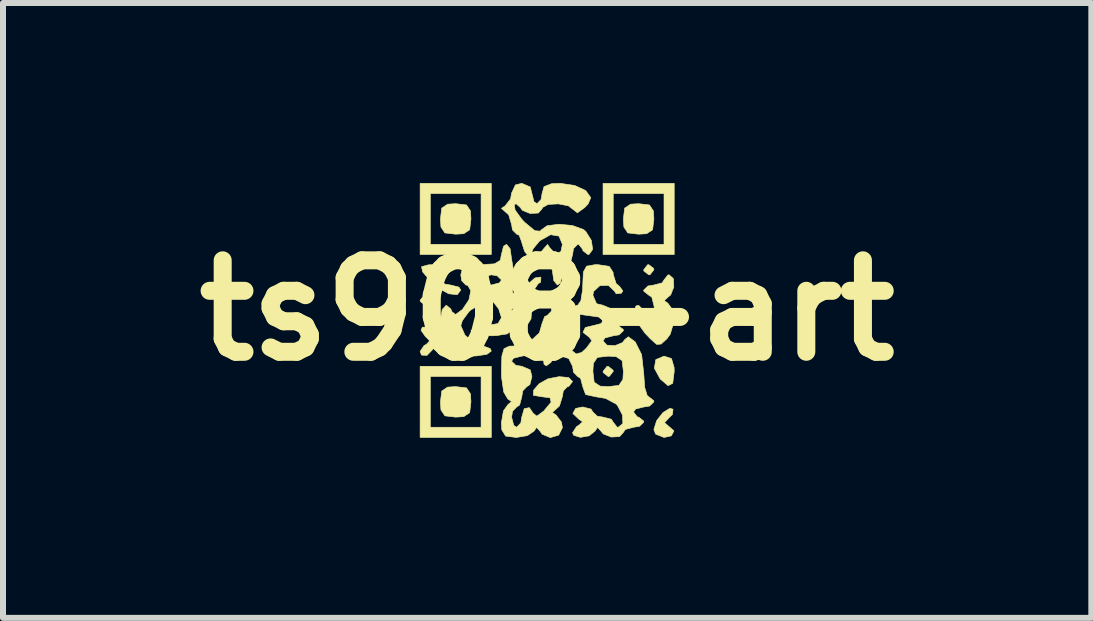
<source format=kicad_pcb>
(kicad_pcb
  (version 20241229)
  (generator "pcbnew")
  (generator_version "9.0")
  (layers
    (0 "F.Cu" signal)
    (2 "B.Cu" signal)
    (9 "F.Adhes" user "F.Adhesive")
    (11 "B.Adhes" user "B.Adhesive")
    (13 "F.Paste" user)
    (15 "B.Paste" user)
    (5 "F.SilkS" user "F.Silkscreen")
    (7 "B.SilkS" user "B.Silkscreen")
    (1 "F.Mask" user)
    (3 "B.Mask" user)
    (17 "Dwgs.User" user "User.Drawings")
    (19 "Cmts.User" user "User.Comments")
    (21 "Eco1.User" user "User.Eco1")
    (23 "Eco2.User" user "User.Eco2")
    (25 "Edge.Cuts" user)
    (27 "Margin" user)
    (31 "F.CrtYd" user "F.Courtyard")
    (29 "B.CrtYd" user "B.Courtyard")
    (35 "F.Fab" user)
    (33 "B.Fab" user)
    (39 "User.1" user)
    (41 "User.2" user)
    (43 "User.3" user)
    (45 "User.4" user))
  (footprint "ts908-art"
    (layer "F.Cu")
    (at 6.067 2.122)
    (property "Reference" "ts908-art" (at 0 0 0) (layer "F.SilkS") (effects (font (size 1.524 1.524) (thickness 0.3))))
    (attr through_hole)
    (fp_poly (pts (xy -1.95 -0.19) (xy -1.947 -0.169) (xy -2.012 -0.087) (xy -2.032 -0.085) (xy -2.114 -0.149) (xy -2.117 -0.169) (xy -2.052 -0.252) (xy -2.032 -0.254) (xy -1.95 -0.19)) (stroke (width 0.01) (type solid)) (fill yes) (layer "F.SilkS"))
    (fp_poly (pts (xy 1.098 0.996) (xy 1.101 1.016) (xy 1.036 1.098) (xy 1.016 1.101) (xy 0.934 1.036) (xy 0.931 1.016) (xy 0.996 0.934) (xy 1.016 0.931) (xy 1.098 0.996)) (stroke (width 0.01) (type solid)) (fill yes) (layer "F.SilkS"))
    (fp_poly (pts (xy 1.776 -0.698) (xy 1.778 -0.677) (xy 1.714 -0.595) (xy 1.693 -0.593) (xy 1.611 -0.657) (xy 1.609 -0.677) (xy 1.673 -0.76) (xy 1.693 -0.762) (xy 1.776 -0.698)) (stroke (width 0.01) (type solid)) (fill yes) (layer "F.SilkS"))
    (fp_poly (pts (xy 2.071 0.802) (xy 2.115 0.95) (xy 2.117 1.016) (xy 2.092 1.215) (xy 2.015 1.254) (xy 1.884 1.143) (xy 1.786 0.963) (xy 1.81 0.82) (xy 1.947 0.762) (xy 2.071 0.802)) (stroke (width 0.01) (type solid)) (fill yes) (layer "F.SilkS"))
    (fp_poly (pts (xy -0.931 -0.931) (xy -2.117 -0.931) (xy -2.117 -1.947) (xy -1.947 -1.947) (xy -1.947 -1.101) (xy -1.101 -1.101) (xy -1.101 -1.947) (xy -1.947 -1.947) (xy -2.117 -1.947) (xy -2.117 -2.117) (xy -0.931 -2.117) (xy -0.931 -0.931)) (stroke (width 0.01) (type solid)) (fill yes) (layer "F.SilkS"))
    (fp_poly (pts (xy -0.931 2.117) (xy -2.117 2.117) (xy -2.117 1.101) (xy -1.947 1.101) (xy -1.947 1.947) (xy -1.101 1.947) (xy -1.101 1.101) (xy -1.947 1.101) (xy -2.117 1.101) (xy -2.117 0.931) (xy -0.931 0.931) (xy -0.931 2.117)) (stroke (width 0.01) (type solid)) (fill yes) (layer "F.SilkS"))
    (fp_poly (pts (xy 2.117 -0.931) (xy 0.931 -0.931) (xy 0.931 -1.947) (xy 1.101 -1.947) (xy 1.101 -1.101) (xy 1.947 -1.101) (xy 1.947 -1.947) (xy 1.101 -1.947) (xy 0.931 -1.947) (xy 0.931 -2.117) (xy 2.117 -2.117) (xy 2.117 -0.931)) (stroke (width 0.01) (type solid)) (fill yes) (layer "F.SilkS"))
    (fp_poly (pts (xy -1.344 -1.757) (xy -1.278 -1.658) (xy -1.27 -1.524) (xy -1.291 -1.344) (xy -1.39 -1.278) (xy -1.524 -1.27) (xy -1.704 -1.291) (xy -1.77 -1.39) (xy -1.778 -1.524) (xy -1.757 -1.704) (xy -1.658 -1.77) (xy -1.524 -1.778) (xy -1.344 -1.757)) (stroke (width 0.01) (type solid)) (fill yes) (layer "F.SilkS"))
    (fp_poly (pts (xy -1.344 1.291) (xy -1.278 1.39) (xy -1.27 1.524) (xy -1.291 1.704) (xy -1.39 1.77) (xy -1.524 1.778) (xy -1.704 1.757) (xy -1.77 1.658) (xy -1.778 1.524) (xy -1.757 1.344) (xy -1.658 1.278) (xy -1.524 1.27) (xy -1.344 1.291)) (stroke (width 0.01) (type solid)) (fill yes) (layer "F.SilkS"))
    (fp_poly (pts (xy 1.704 -1.757) (xy 1.77 -1.658) (xy 1.778 -1.524) (xy 1.757 -1.344) (xy 1.658 -1.278) (xy 1.524 -1.27) (xy 1.344 -1.291) (xy 1.278 -1.39) (xy 1.27 -1.524) (xy 1.291 -1.704) (xy 1.39 -1.77) (xy 1.524 -1.778) (xy 1.704 -1.757)) (stroke (width 0.01) (type solid)) (fill yes) (layer "F.SilkS"))
    (fp_poly (pts (xy 2.097 1.646) (xy 2.088 1.733) (xy 2.03 1.789) (xy 1.955 1.871) (xy 2.011 1.919) (xy 2.112 2.007) (xy 2.069 2.09) (xy 1.947 2.117) (xy 1.807 2.061) (xy 1.778 1.984) (xy 1.824 1.837) (xy 1.93 1.702) (xy 2.044 1.632) (xy 2.097 1.646)) (stroke (width 0.01) (type solid)) (fill yes) (layer "F.SilkS"))
    (fp_poly (pts (xy -1.684 -0.737) (xy -1.609 -0.678) (xy -1.609 -0.677) (xy -1.673 -0.595) (xy -1.693 -0.593) (xy -1.776 -0.528) (xy -1.778 -0.508) (xy -1.707 -0.439) (xy -1.609 -0.423) (xy -1.471 -0.388) (xy -1.439 -0.339) (xy -1.498 -0.262) (xy -1.64 -0.277) (xy -1.816 -0.371) (xy -1.926 -0.468) (xy -2.075 -0.642) (xy -2.093 -0.729) (xy -1.975 -0.76) (xy -1.863 -0.762) (xy -1.684 -0.737)) (stroke (width 0.01) (type solid)) (fill yes) (layer "F.SilkS"))
    (fp_poly (pts (xy 2.103 -0.529) (xy 2.11 -0.39) (xy 2.058 -0.258) (xy 2.011 -0.219) (xy 1.949 -0.163) (xy 2.011 -0.12) (xy 2.097 0.001) (xy 2.109 0.198) (xy 2.051 0.396) (xy 1.996 0.472) (xy 1.898 0.561) (xy 1.824 0.566) (xy 1.717 0.471) (xy 1.63 0.379) (xy 1.494 0.19) (xy 1.441 0.024) (xy 1.48 -0.074) (xy 1.524 -0.085) (xy 1.593 -0.014) (xy 1.609 0.085) (xy 1.669 0.226) (xy 1.778 0.254) (xy 1.916 0.219) (xy 1.947 0.169) (xy 1.883 0.087) (xy 1.863 0.085) (xy 1.794 0.014) (xy 1.778 -0.085) (xy 1.743 -0.222) (xy 1.693 -0.254) (xy 1.611 -0.318) (xy 1.609 -0.339) (xy 1.68 -0.407) (xy 1.778 -0.423) (xy 1.916 -0.459) (xy 1.947 -0.508) (xy 2.012 -0.59) (xy 2.032 -0.593) (xy 2.103 -0.529)) (stroke (width 0.01) (type solid)) (fill yes) (layer "F.SilkS"))
    (fp_poly (pts (xy 0.458 -2.082) (xy 0.637 -1.999) (xy 0.647 -1.99) (xy 0.727 -1.878) (xy 0.682 -1.774) (xy 0.627 -1.715) (xy 0.504 -1.626) (xy 0.444 -1.673) (xy 0.353 -1.743) (xy 0.186 -1.775) (xy 0.017 -1.766) (xy -0.08 -1.713) (xy -0.085 -1.693) (xy -0.148 -1.622) (xy -0.285 -1.615) (xy -0.412 -1.667) (xy -0.447 -1.714) (xy -0.517 -1.777) (xy -0.548 -1.762) (xy -0.534 -1.672) (xy -0.424 -1.52) (xy -0.375 -1.468) (xy -0.206 -1.328) (xy -0.113 -1.32) (xy -0.105 -1.336) (xy -0.002 -1.41) (xy 0.195 -1.436) (xy 0.419 -1.415) (xy 0.602 -1.349) (xy 0.641 -1.318) (xy 0.736 -1.167) (xy 0.758 -1.017) (xy 0.699 -0.934) (xy 0.677 -0.931) (xy 0.595 -0.996) (xy 0.593 -1.016) (xy 0.528 -1.098) (xy 0.508 -1.101) (xy 0.439 -1.03) (xy 0.423 -0.931) (xy 0.388 -0.794) (xy 0.339 -0.762) (xy 0.27 -0.691) (xy 0.254 -0.593) (xy 0.219 -0.455) (xy 0.169 -0.423) (xy 0.11 -0.497) (xy 0.085 -0.674) (xy 0.085 -0.677) (xy 0.055 -0.861) (xy -0.013 -0.934) (xy -0.088 -0.87) (xy -0.106 -0.826) (xy -0.174 -0.789) (xy -0.279 -0.857) (xy -0.373 -0.98) (xy -0.254 -0.98) (xy -0.203 -0.93) (xy -0.105 -0.969) (xy -0.049 -1.037) (xy 0.006 -1.099) (xy 0.049 -1.037) (xy 0.145 -0.936) (xy 0.23 -0.983) (xy 0.254 -1.101) (xy 0.197 -1.238) (xy 0.057 -1.262) (xy -0.115 -1.166) (xy -0.133 -1.149) (xy -0.233 -1.028) (xy -0.254 -0.98) (xy -0.373 -0.98) (xy -0.377 -0.985) (xy -0.423 -1.13) (xy -0.423 -1.137) (xy -0.467 -1.253) (xy -0.508 -1.27) (xy -0.578 -1.341) (xy -0.593 -1.432) (xy -0.641 -1.592) (xy -0.699 -1.644) (xy -0.761 -1.7) (xy -0.699 -1.743) (xy -0.609 -1.859) (xy -0.593 -1.954) (xy -0.529 -2.091) (xy -0.423 -2.117) (xy -0.282 -2.057) (xy -0.254 -1.947) (xy -0.219 -1.81) (xy -0.169 -1.778) (xy -0.101 -1.849) (xy -0.085 -1.947) (xy -0.052 -2.063) (xy 0.075 -2.111) (xy 0.218 -2.117) (xy 0.458 -2.082)) (stroke (width 0.01) (type solid)) (fill yes) (layer "F.SilkS"))
    (fp_poly (pts (xy -0.617 -1.027) (xy -0.593 -0.854) (xy -0.56 -0.663) (xy -0.487 -0.564) (xy -0.432 -0.506) (xy -0.506 -0.434) (xy -0.582 -0.335) (xy -0.57 -0.287) (xy -0.48 -0.301) (xy -0.345 -0.416) (xy -0.339 -0.423) (xy -0.203 -0.541) (xy -0.108 -0.555) (xy -0.105 -0.552) (xy -0.108 -0.47) (xy -0.148 -0.447) (xy -0.218 -0.344) (xy -0.253 -0.132) (xy -0.254 -0.078) (xy -0.269 0.141) (xy -0.329 0.237) (xy -0.423 0.254) (xy -0.561 0.289) (xy -0.593 0.339) (xy -0.668 0.392) (xy -0.855 0.421) (xy -0.931 0.423) (xy -1.143 0.405) (xy -1.261 0.358) (xy -1.27 0.339) (xy -1.196 0.279) (xy -1.019 0.254) (xy -1.016 0.254) (xy -0.818 0.219) (xy -0.762 0.121) (xy -0.8 0) (xy -0.593 0) (xy -0.528 0.082) (xy -0.508 0.085) (xy -0.426 0.02) (xy -0.423 0) (xy -0.488 -0.082) (xy -0.508 -0.085) (xy -0.59 -0.02) (xy -0.593 0) (xy -0.8 0) (xy -0.808 -0.026) (xy -0.914 -0.161) (xy -1.028 -0.23) (xy -1.081 -0.217) (xy -1.072 -0.133) (xy -1.016 -0.085) (xy -0.943 0.01) (xy -0.96 0.056) (xy -1.051 0.056) (xy -1.098 0.005) (xy -1.174 -0.065) (xy -1.277 -0.004) (xy -1.305 0.023) (xy -1.413 0.17) (xy -1.439 0.254) (xy -1.37 0.412) (xy -1.212 0.547) (xy -1.064 0.593) (xy -0.948 0.637) (xy -0.931 0.677) (xy -1.005 0.732) (xy -1.186 0.759) (xy -1.416 0.759) (xy -1.635 0.734) (xy -1.785 0.685) (xy -1.813 0.656) (xy -1.869 0.594) (xy -1.912 0.656) (xy -2.002 0.749) (xy -2.093 0.745) (xy -2.117 0.684) (xy -2.051 0.586) (xy -2.011 0.564) (xy -1.956 0.506) (xy -2.03 0.434) (xy -2.101 0.332) (xy -2.081 0.28) (xy -1.995 0.278) (xy -1.971 0.318) (xy -1.896 0.422) (xy -1.822 0.383) (xy -1.78 0.224) (xy -1.778 0.169) (xy -1.749 -0.015) (xy -1.681 -0.087) (xy -1.606 -0.024) (xy -1.588 0.02) (xy -1.527 0.069) (xy -1.411 -0.016) (xy -1.304 -0.175) (xy -1.272 -0.329) (xy -1.324 -0.418) (xy -1.355 -0.423) (xy -1.423 -0.494) (xy -1.426 -0.508) (xy -1.101 -0.508) (xy -1.03 -0.439) (xy -0.931 -0.423) (xy -0.794 -0.459) (xy -0.762 -0.508) (xy -0.833 -0.577) (xy -0.931 -0.593) (xy -1.069 -0.557) (xy -1.101 -0.508) (xy -1.426 -0.508) (xy -1.439 -0.593) (xy -1.411 -0.703) (xy -1.296 -0.752) (xy -1.101 -0.762) (xy -0.879 -0.776) (xy -0.781 -0.834) (xy -0.762 -0.931) (xy -0.727 -1.069) (xy -0.677 -1.101) (xy -0.617 -1.027)) (stroke (width 0.01) (type solid)) (fill yes) (layer "F.SilkS"))
    (fp_poly (pts (xy 1.034 -0.734) (xy 1.099 -0.634) (xy 1.101 -0.6) (xy 1.149 -0.447) (xy 1.206 -0.4) (xy 1.261 -0.325) (xy 1.237 -0.287) (xy 1.15 -0.276) (xy 1.124 -0.318) (xy 1.021 -0.417) (xy 0.878 -0.412) (xy 0.774 -0.317) (xy 0.762 -0.254) (xy 0.822 -0.112) (xy 0.931 -0.085) (xy 1.073 -0.025) (xy 1.101 0.085) (xy 1.136 0.222) (xy 1.185 0.254) (xy 1.268 0.318) (xy 1.27 0.339) (xy 1.199 0.407) (xy 1.101 0.423) (xy 0.963 0.459) (xy 0.931 0.508) (xy 0.995 0.579) (xy 1.131 0.587) (xy 1.257 0.535) (xy 1.291 0.488) (xy 1.352 0.439) (xy 1.467 0.524) (xy 1.574 0.737) (xy 1.609 1.052) (xy 1.625 1.282) (xy 1.667 1.42) (xy 1.693 1.439) (xy 1.776 1.504) (xy 1.778 1.524) (xy 1.707 1.593) (xy 1.609 1.609) (xy 1.471 1.644) (xy 1.439 1.693) (xy 1.504 1.776) (xy 1.524 1.778) (xy 1.606 1.842) (xy 1.609 1.863) (xy 1.538 1.931) (xy 1.439 1.947) (xy 1.302 1.983) (xy 1.27 2.032) (xy 1.206 2.103) (xy 1.068 2.11) (xy 0.935 2.058) (xy 0.896 2.011) (xy 0.84 1.949) (xy 0.797 2.011) (xy 0.699 2.09) (xy 0.553 2.115) (xy 0.442 2.081) (xy 0.423 2.039) (xy 0.489 1.937) (xy 0.529 1.912) (xy 0.591 1.856) (xy 0.529 1.813) (xy 0.428 1.717) (xy 0.475 1.633) (xy 0.593 1.609) (xy 0.73 1.644) (xy 0.762 1.693) (xy 0.833 1.762) (xy 0.931 1.778) (xy 1.069 1.813) (xy 1.101 1.863) (xy 1.165 1.945) (xy 1.185 1.947) (xy 1.261 1.886) (xy 1.255 1.744) (xy 1.174 1.588) (xy 1.149 1.56) (xy 0.973 1.466) (xy 0.81 1.439) (xy 0.641 1.402) (xy 0.593 1.271) (xy 0.593 1.27) (xy 0.557 1.132) (xy 0.508 1.101) (xy 0.439 1.03) (xy 0.437 1.016) (xy 0.762 1.016) (xy 0.783 1.196) (xy 0.882 1.262) (xy 1.016 1.27) (xy 1.196 1.249) (xy 1.262 1.15) (xy 1.27 1.016) (xy 1.249 0.836) (xy 1.15 0.77) (xy 1.016 0.762) (xy 0.836 0.783) (xy 0.77 0.882) (xy 0.762 1.016) (xy 0.437 1.016) (xy 0.423 0.931) (xy 0.36 0.802) (xy 0.223 0.758) (xy 0.094 0.813) (xy 0.061 0.868) (xy -0.013 0.923) (xy -0.052 0.899) (xy -0.063 0.811) (xy -0.021 0.786) (xy 0.08 0.703) (xy 0.04 0.621) (xy -0.085 0.593) (xy -0.222 0.628) (xy -0.254 0.677) (xy -0.325 0.746) (xy -0.423 0.762) (xy -0.561 0.797) (xy -0.593 0.847) (xy -0.522 0.915) (xy -0.423 0.931) (xy -0.282 0.991) (xy -0.254 1.101) (xy -0.289 1.238) (xy -0.339 1.27) (xy -0.407 1.341) (xy -0.423 1.439) (xy -0.459 1.577) (xy -0.508 1.609) (xy -0.577 1.68) (xy -0.593 1.778) (xy -0.557 1.916) (xy -0.508 1.947) (xy -0.439 1.876) (xy -0.423 1.778) (xy -0.382 1.637) (xy -0.297 1.62) (xy -0.233 1.714) (xy -0.172 1.762) (xy -0.057 1.677) (xy 0.066 1.529) (xy 0.048 1.456) (xy -0.085 1.439) (xy -0.23 1.415) (xy -0.226 1.329) (xy -0.133 1.222) (xy 0.013 1.14) (xy 0.199 1.104) (xy 0.358 1.118) (xy 0.423 1.185) (xy 0.359 1.268) (xy 0.339 1.27) (xy 0.269 1.341) (xy 0.254 1.432) (xy 0.205 1.592) (xy 0.148 1.644) (xy 0.086 1.7) (xy 0.148 1.743) (xy 0.237 1.859) (xy 0.254 1.954) (xy 0.191 2.079) (xy 0.052 2.119) (xy -0.084 2.062) (xy -0.12 2.011) (xy -0.176 1.949) (xy -0.219 2.011) (xy -0.331 2.087) (xy -0.515 2.117) (xy -0.692 2.094) (xy -0.756 1.99) (xy -0.762 1.87) (xy -0.729 1.676) (xy -0.656 1.573) (xy -0.594 1.518) (xy -0.656 1.475) (xy -0.724 1.36) (xy -0.759 1.119) (xy -0.762 1.009) (xy -0.755 0.761) (xy -0.719 0.638) (xy -0.631 0.596) (xy -0.544 0.593) (xy -0.299 0.531) (xy -0.13 0.375) (xy -0.085 0.218) (xy -0.041 0.101) (xy 0 0.085) (xy 0.069 0.014) (xy 0.085 -0.085) (xy 0.12 -0.222) (xy 0.169 -0.254) (xy 0.238 -0.183) (xy 0.254 -0.085) (xy 0.289 0.053) (xy 0.339 0.085) (xy 0.41 0.148) (xy 0.417 0.284) (xy 0.366 0.41) (xy 0.318 0.444) (xy 0.272 0.507) (xy 0.361 0.627) (xy 0.482 0.726) (xy 0.577 0.7) (xy 0.655 0.627) (xy 0.745 0.504) (xy 0.698 0.444) (xy 0.597 0.365) (xy 0.636 0.284) (xy 0.762 0.254) (xy 0.9 0.219) (xy 0.931 0.169) (xy 0.858 0.11) (xy 0.68 0.085) (xy 0.677 0.085) (xy 0.499 0.06) (xy 0.423 0.001) (xy 0.423 0) (xy 0.488 -0.082) (xy 0.508 -0.085) (xy 0.561 -0.16) (xy 0.591 -0.347) (xy 0.593 -0.423) (xy 0.603 -0.64) (xy 0.657 -0.737) (xy 0.792 -0.761) (xy 0.847 -0.762) (xy 1.034 -0.734)) (stroke (width 0.01) (type solid)) (fill yes) (layer "F.SilkS")))
  (gr_rect
    (start -3 -3)
    (end 15.134 7.245)
    (stroke (width 0.1) (type default))
    (fill no)
    (layer "Edge.Cuts")))
</source>
